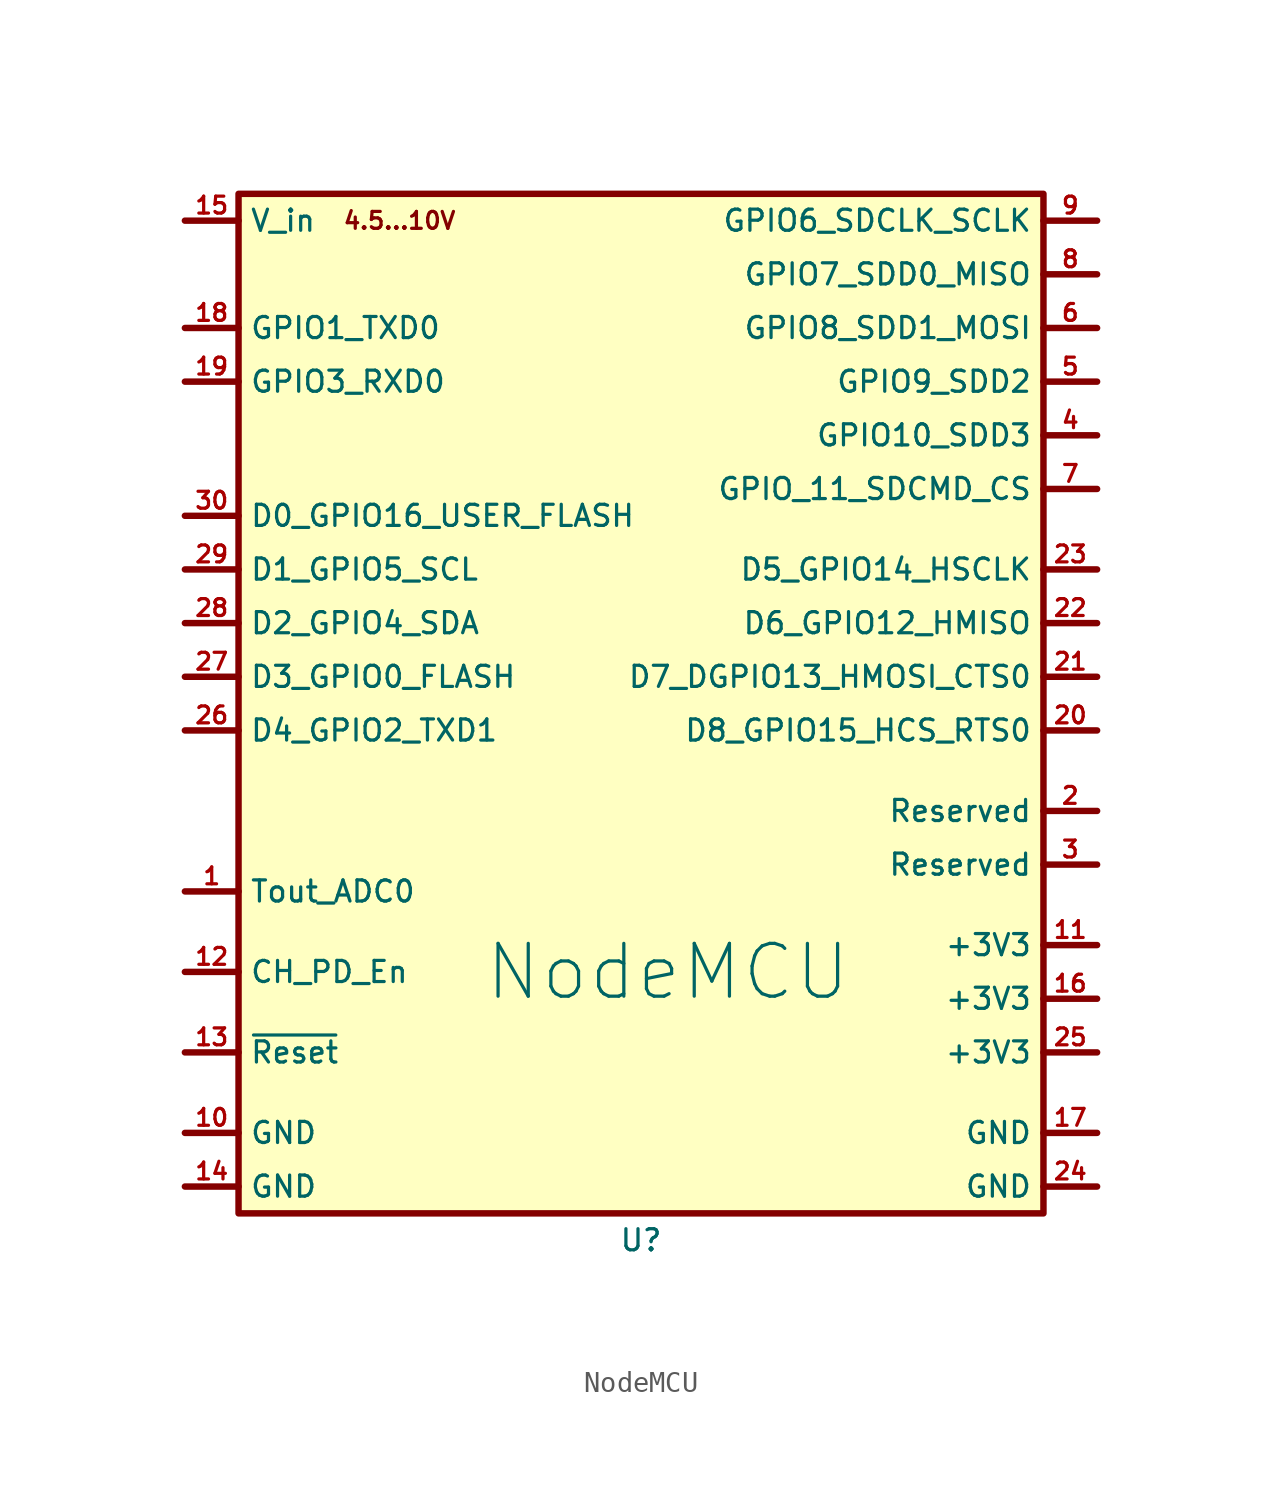
<source format=kicad_sym>
(kicad_symbol_lib
  (version 20211014)
  (generator kicad_symbol_editor)
  (symbol "NodeMCU"
    (property "Reference" "U"
      (at 0 -25.4 0)
      (effects (font (size 1 1))))
    (property "Value" "NodeMCU"
      (at 1.27 -12.7 0)
      (effects (font (size 2.5 2.5))))
    (symbol "NodeMCU_0_0"
      (rectangle (start -19.05 24.13) (end 19.05 -24.13) (stroke (width 0.305) (type default) (color 0 0 0 0)) (fill (type background)))
      (polyline (pts (xy -21.59 -22.86) (xy -19.05 -22.86)) (stroke (width 0.305) (type default) (color 0 0 0 0)) (fill (type none)))
      (polyline (pts (xy -21.59 -20.32) (xy -19.05 -20.32)) (stroke (width 0.305) (type default) (color 0 0 0 0)) (fill (type none)))
      (polyline (pts (xy -21.59 -16.51) (xy -19.05 -16.51)) (stroke (width 0.305) (type default) (color 0 0 0 0)) (fill (type none)))
      (polyline (pts (xy -21.59 -12.7) (xy -19.05 -12.7)) (stroke (width 0.305) (type default) (color 0 0 0 0)) (fill (type none)))
      (polyline (pts (xy -21.59 -8.89) (xy -19.05 -8.89)) (stroke (width 0.305) (type default) (color 0 0 0 0)) (fill (type none)))
      (polyline (pts (xy -21.59 -1.27) (xy -19.05 -1.27)) (stroke (width 0.305) (type default) (color 0 0 0 0)) (fill (type none)))
      (polyline (pts (xy -21.59 1.27) (xy -19.05 1.27)) (stroke (width 0.305) (type default) (color 0 0 0 0)) (fill (type none)))
      (polyline (pts (xy -21.59 3.81) (xy -19.05 3.81)) (stroke (width 0.305) (type default) (color 0 0 0 0)) (fill (type none)))
      (polyline (pts (xy -21.59 6.35) (xy -19.05 6.35)) (stroke (width 0.305) (type default) (color 0 0 0 0)) (fill (type none)))
      (polyline (pts (xy -21.59 8.89) (xy -19.05 8.89)) (stroke (width 0.305) (type default) (color 0 0 0 0)) (fill (type none)))
      (polyline (pts (xy -21.59 15.24) (xy -19.05 15.24)) (stroke (width 0.305) (type default) (color 0 0 0 0)) (fill (type none)))
      (polyline (pts (xy -21.59 17.78) (xy -19.05 17.78)) (stroke (width 0.305) (type default) (color 0 0 0 0)) (fill (type none)))
      (polyline (pts (xy -21.59 22.86) (xy -19.05 22.86)) (stroke (width 0.305) (type default) (color 0 0 0 0)) (fill (type none)))
      (polyline (pts (xy 19.05 -22.86) (xy 21.59 -22.86)) (stroke (width 0.305) (type default) (color 0 0 0 0)) (fill (type none)))
      (polyline (pts (xy 19.05 -20.32) (xy 21.59 -20.32)) (stroke (width 0.305) (type default) (color 0 0 0 0)) (fill (type none)))
      (polyline (pts (xy 19.05 -16.51) (xy 21.59 -16.51)) (stroke (width 0.305) (type default) (color 0 0 0 0)) (fill (type none)))
      (polyline (pts (xy 19.05 -13.97) (xy 21.59 -13.97)) (stroke (width 0.305) (type default) (color 0 0 0 0)) (fill (type none)))
      (polyline (pts (xy 19.05 -11.43) (xy 21.59 -11.43)) (stroke (width 0.305) (type default) (color 0 0 0 0)) (fill (type none)))
      (polyline (pts (xy 19.05 -7.62) (xy 21.59 -7.62)) (stroke (width 0.305) (type default) (color 0 0 0 0)) (fill (type none)))
      (polyline (pts (xy 19.05 -5.08) (xy 21.59 -5.08)) (stroke (width 0.305) (type default) (color 0 0 0 0)) (fill (type none)))
      (polyline (pts (xy 19.05 -1.27) (xy 21.59 -1.27)) (stroke (width 0.305) (type default) (color 0 0 0 0)) (fill (type none)))
      (polyline (pts (xy 19.05 1.27) (xy 21.59 1.27)) (stroke (width 0.305) (type default) (color 0 0 0 0)) (fill (type none)))
      (polyline (pts (xy 19.05 3.81) (xy 21.59 3.81)) (stroke (width 0.305) (type default) (color 0 0 0 0)) (fill (type none)))
      (polyline (pts (xy 19.05 6.35) (xy 21.59 6.35)) (stroke (width 0.305) (type default) (color 0 0 0 0)) (fill (type none)))
      (polyline (pts (xy 19.05 10.16) (xy 21.59 10.16)) (stroke (width 0.305) (type default) (color 0 0 0 0)) (fill (type none)))
      (polyline (pts (xy 19.05 12.7) (xy 21.59 12.7)) (stroke (width 0.305) (type default) (color 0 0 0 0)) (fill (type none)))
      (polyline (pts (xy 19.05 15.24) (xy 21.59 15.24)) (stroke (width 0.305) (type default) (color 0 0 0 0)) (fill (type none)))
      (polyline (pts (xy 19.05 17.78) (xy 21.59 17.78)) (stroke (width 0.305) (type default) (color 0 0 0 0)) (fill (type none)))
      (polyline (pts (xy 19.05 20.32) (xy 21.59 20.32)) (stroke (width 0.305) (type default) (color 0 0 0 0)) (fill (type none)))
      (polyline (pts (xy 19.05 22.86) (xy 21.59 22.86)) (stroke (width 0.305) (type default) (color 0 0 0 0)) (fill (type none)))
      (text "4.5…10V" (at -11.43 22.86 0) (effects (font (size 0.8 0.8)))))
    (symbol "NodeMCU_1_1"
      (pin input line (at -21.59 -8.89 0) (length 2.54) (name "Tout_ADC0" (effects (font (size 1 1)))) (number "1" (effects (font (size 0.8 0.8)))))
      (pin power_in line (at -21.59 -20.32 0) (length 2.54) (name "GND" (effects (font (size 1 1)))) (number "10" (effects (font (size 0.8 0.8)))))
      (pin power_out line (at 21.59 -11.43 180) (length 2.54) (name "+3V3" (effects (font (size 1 1)))) (number "11" (effects (font (size 0.8 0.8)))))
      (pin input line (at -21.59 -12.7 0) (length 2.54) (name "CH_PD_En" (effects (font (size 1 1)))) (number "12" (effects (font (size 0.8 0.8)))))
      (pin input line (at -21.59 -16.51 0) (length 2.54) (name "~{Reset}" (effects (font (size 1 1)))) (number "13" (effects (font (size 0.8 0.8)))))
      (pin power_in line (at -21.59 -22.86 0) (length 2.54) (name "GND" (effects (font (size 1 1)))) (number "14" (effects (font (size 0.8 0.8)))))
      (pin power_in line (at -21.59 22.86 0) (length 2.54) (name "V_in" (effects (font (size 1 1)))) (number "15" (effects (font (size 0.8 0.8)))))
      (pin power_out line (at 21.59 -13.97 180) (length 2.54) (name "+3V3" (effects (font (size 1 1)))) (number "16" (effects (font (size 0.8 0.8)))))
      (pin power_in line (at 21.59 -20.32 180) (length 2.54) (name "GND" (effects (font (size 1 1)))) (number "17" (effects (font (size 0.8 0.8)))))
      (pin bidirectional line (at -21.59 17.78 0) (length 2.54) (name "GPIO1_TXD0" (effects (font (size 1 1)))) (number "18" (effects (font (size 0.8 0.8)))))
      (pin bidirectional line (at -21.59 15.24 0) (length 2.54) (name "GPIO3_RXD0" (effects (font (size 1 1)))) (number "19" (effects (font (size 0.8 0.8)))))
      (pin passive line (at 21.59 -5.08 180) (length 2.54) (name "Reserved" (effects (font (size 1 1)))) (number "2" (effects (font (size 0.8 0.8)))))
      (pin bidirectional line (at 21.59 -1.27 180) (length 2.54) (name "D8_GPIO15_HCS_RTS0" (effects (font (size 1 1)))) (number "20" (effects (font (size 0.8 0.8)))))
      (pin bidirectional line (at 21.59 1.27 180) (length 2.54) (name "D7_DGPIO13_HMOSI_CTS0" (effects (font (size 1 1)))) (number "21" (effects (font (size 0.8 0.8)))))
      (pin bidirectional line (at 21.59 3.81 180) (length 2.54) (name "D6_GPIO12_HMISO" (effects (font (size 1 1)))) (number "22" (effects (font (size 0.8 0.8)))))
      (pin bidirectional line (at 21.59 6.35 180) (length 2.54) (name "D5_GPIO14_HSCLK" (effects (font (size 1 1)))) (number "23" (effects (font (size 0.8 0.8)))))
      (pin power_in line (at 21.59 -22.86 180) (length 2.54) (name "GND" (effects (font (size 1 1)))) (number "24" (effects (font (size 0.8 0.8)))))
      (pin power_out line (at 21.59 -16.51 180) (length 2.54) (name "+3V3" (effects (font (size 1 1)))) (number "25" (effects (font (size 0.8 0.8)))))
      (pin bidirectional line (at -21.59 -1.27 0) (length 2.54) (name "D4_GPIO2_TXD1" (effects (font (size 1 1)))) (number "26" (effects (font (size 0.8 0.8)))))
      (pin bidirectional line (at -21.59 1.27 0) (length 2.54) (name "D3_GPIO0_FLASH" (effects (font (size 1 1)))) (number "27" (effects (font (size 0.8 0.8)))))
      (pin bidirectional line (at -21.59 3.81 0) (length 2.54) (name "D2_GPIO4_SDA" (effects (font (size 1 1)))) (number "28" (effects (font (size 0.8 0.8)))))
      (pin bidirectional line (at -21.59 6.35 0) (length 2.54) (name "D1_GPIO5_SCL" (effects (font (size 1 1)))) (number "29" (effects (font (size 0.8 0.8)))))
      (pin passive line (at 21.59 -7.62 180) (length 2.54) (name "Reserved" (effects (font (size 1 1)))) (number "3" (effects (font (size 0.8 0.8)))))
      (pin bidirectional line (at -21.59 8.89 0) (length 2.54) (name "D0_GPIO16_USER_FLASH" (effects (font (size 1 1)))) (number "30" (effects (font (size 0.8 0.8)))))
      (pin bidirectional line (at 21.59 12.7 180) (length 2.54) (name "GPIO10_SDD3" (effects (font (size 1 1)))) (number "4" (effects (font (size 0.8 0.8)))))
      (pin bidirectional line (at 21.59 15.24 180) (length 2.54) (name "GPIO9_SDD2" (effects (font (size 1 1)))) (number "5" (effects (font (size 0.8 0.8)))))
      (pin bidirectional line (at 21.59 17.78 180) (length 2.54) (name "GPIO8_SDD1_MOSI" (effects (font (size 1 1)))) (number "6" (effects (font (size 0.8 0.8)))))
      (pin bidirectional line (at 21.59 10.16 180) (length 2.54) (name "GPIO_11_SDCMD_CS" (effects (font (size 1 1)))) (number "7" (effects (font (size 0.8 0.8)))))
      (pin bidirectional line (at 21.59 20.32 180) (length 2.54) (name "GPIO7_SDD0_MISO" (effects (font (size 1 1)))) (number "8" (effects (font (size 0.8 0.8)))))
      (pin bidirectional line (at 21.59 22.86 180) (length 2.54) (name "GPIO6_SDCLK_SCLK" (effects (font (size 1 1)))) (number "9" (effects (font (size 0.8 0.8))))))))
</source>
